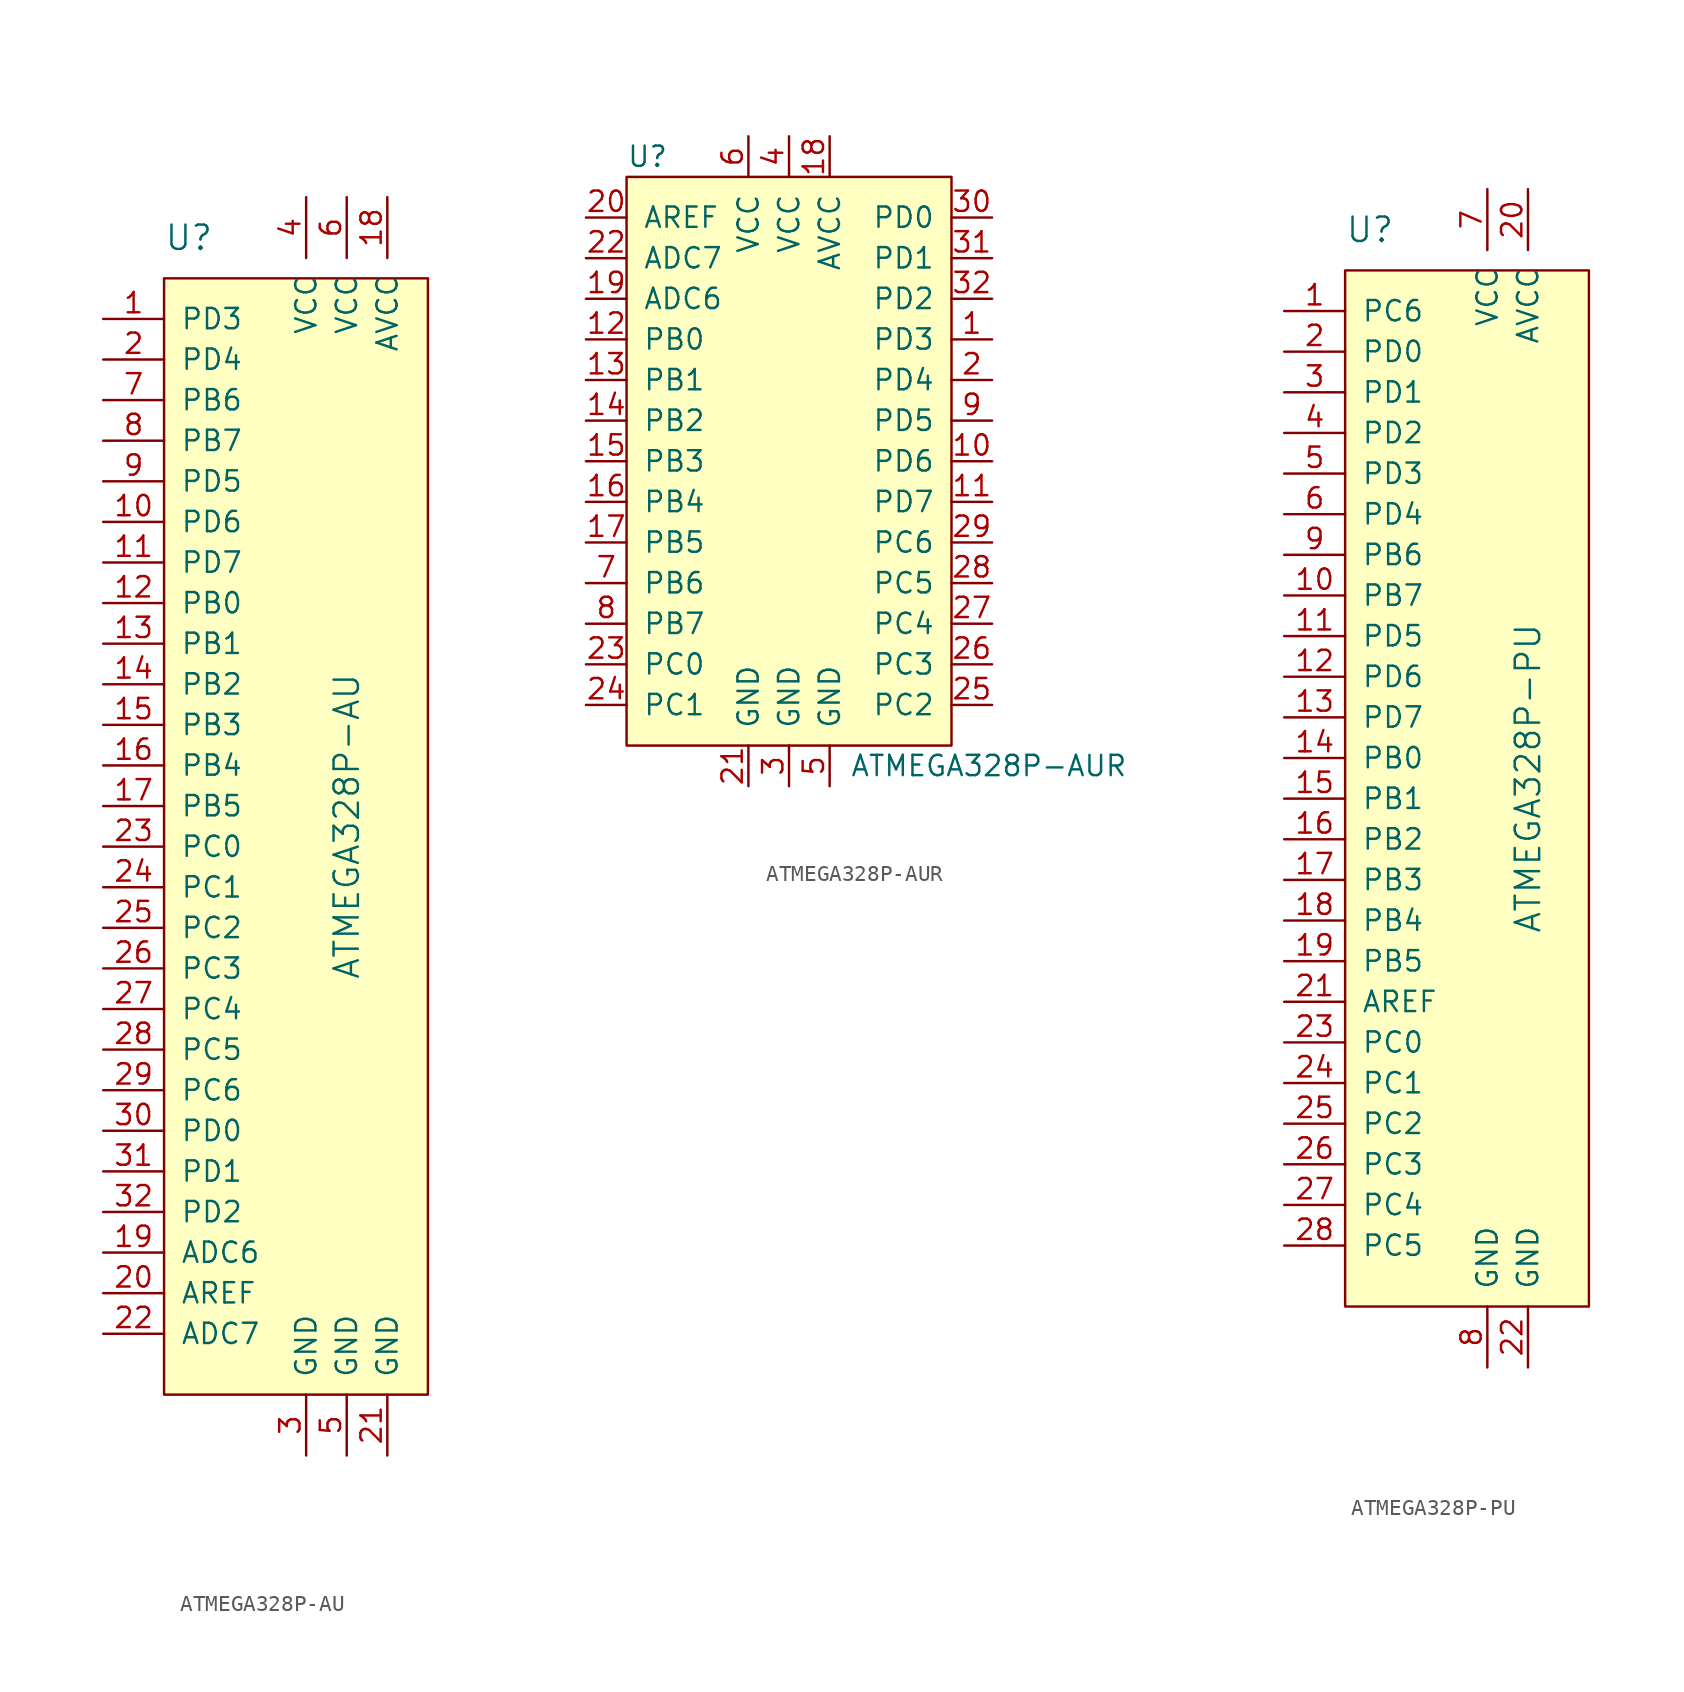
<source format=kicad_sym>
(kicad_symbol_lib
  (version 20231120)
  (generator "kicad_symbol_editor")
  (generator_version "8.0")
  (symbol "ATMEGA328P-AU"
    (pin_names
      (offset 1.016))
    (property "Reference" "U"
      (at -8.89 38.1 0)
      (effects (font (size 1.524 1.524)) (justify left)))
    (property "Value" "ATMEGA328P-AU"
      (at 2.54 1.27 90)
      (effects (font (size 1.524 1.524))))
    (symbol "ATMEGA328P-AU_0_1"
      (rectangle (start -8.89 35.56) (end 7.62 -34.29) (stroke (width 0) (type default)) (fill (type background))))
    (symbol "ATMEGA328P-AU_1_1"
      (pin bidirectional line (at -12.7 33.02 0) (length 3.81) (name "PD3" (effects (font (size 1.27 1.27)))) (number "1" (effects (font (size 1.27 1.27)))))
      (pin bidirectional line (at -12.7 20.32 0) (length 3.81) (name "PD6" (effects (font (size 1.27 1.27)))) (number "10" (effects (font (size 1.27 1.27)))))
      (pin bidirectional line (at -12.7 17.78 0) (length 3.81) (name "PD7" (effects (font (size 1.27 1.27)))) (number "11" (effects (font (size 1.27 1.27)))))
      (pin bidirectional line (at -12.7 15.24 0) (length 3.81) (name "PB0" (effects (font (size 1.27 1.27)))) (number "12" (effects (font (size 1.27 1.27)))))
      (pin bidirectional line (at -12.7 12.7 0) (length 3.81) (name "PB1" (effects (font (size 1.27 1.27)))) (number "13" (effects (font (size 1.27 1.27)))))
      (pin bidirectional line (at -12.7 10.16 0) (length 3.81) (name "PB2" (effects (font (size 1.27 1.27)))) (number "14" (effects (font (size 1.27 1.27)))))
      (pin bidirectional line (at -12.7 7.62 0) (length 3.81) (name "PB3" (effects (font (size 1.27 1.27)))) (number "15" (effects (font (size 1.27 1.27)))))
      (pin bidirectional line (at -12.7 5.08 0) (length 3.81) (name "PB4" (effects (font (size 1.27 1.27)))) (number "16" (effects (font (size 1.27 1.27)))))
      (pin bidirectional line (at -12.7 2.54 0) (length 3.81) (name "PB5" (effects (font (size 1.27 1.27)))) (number "17" (effects (font (size 1.27 1.27)))))
      (pin power_in line (at 5.08 40.64 270) (length 3.81) (name "AVCC" (effects (font (size 1.27 1.27)))) (number "18" (effects (font (size 1.27 1.27)))))
      (pin input line (at -12.7 -25.4 0) (length 3.81) (name "ADC6" (effects (font (size 1.27 1.27)))) (number "19" (effects (font (size 1.27 1.27)))))
      (pin bidirectional line (at -12.7 30.48 0) (length 3.81) (name "PD4" (effects (font (size 1.27 1.27)))) (number "2" (effects (font (size 1.27 1.27)))))
      (pin input line (at -12.7 -27.94 0) (length 3.81) (name "AREF" (effects (font (size 1.27 1.27)))) (number "20" (effects (font (size 1.27 1.27)))))
      (pin power_in line (at 5.08 -38.1 90) (length 3.81) (name "GND" (effects (font (size 1.27 1.27)))) (number "21" (effects (font (size 1.27 1.27)))))
      (pin input line (at -12.7 -30.48 0) (length 3.81) (name "ADC7" (effects (font (size 1.27 1.27)))) (number "22" (effects (font (size 1.27 1.27)))))
      (pin bidirectional line (at -12.7 0 0) (length 3.81) (name "PC0" (effects (font (size 1.27 1.27)))) (number "23" (effects (font (size 1.27 1.27)))))
      (pin bidirectional line (at -12.7 -2.54 0) (length 3.81) (name "PC1" (effects (font (size 1.27 1.27)))) (number "24" (effects (font (size 1.27 1.27)))))
      (pin bidirectional line (at -12.7 -5.08 0) (length 3.81) (name "PC2" (effects (font (size 1.27 1.27)))) (number "25" (effects (font (size 1.27 1.27)))))
      (pin bidirectional line (at -12.7 -7.62 0) (length 3.81) (name "PC3" (effects (font (size 1.27 1.27)))) (number "26" (effects (font (size 1.27 1.27)))))
      (pin bidirectional line (at -12.7 -10.16 0) (length 3.81) (name "PC4" (effects (font (size 1.27 1.27)))) (number "27" (effects (font (size 1.27 1.27)))))
      (pin bidirectional line (at -12.7 -12.7 0) (length 3.81) (name "PC5" (effects (font (size 1.27 1.27)))) (number "28" (effects (font (size 1.27 1.27)))))
      (pin bidirectional line (at -12.7 -15.24 0) (length 3.81) (name "PC6" (effects (font (size 1.27 1.27)))) (number "29" (effects (font (size 1.27 1.27)))))
      (pin power_in line (at 0 -38.1 90) (length 3.81) (name "GND" (effects (font (size 1.27 1.27)))) (number "3" (effects (font (size 1.27 1.27)))))
      (pin bidirectional line (at -12.7 -17.78 0) (length 3.81) (name "PD0" (effects (font (size 1.27 1.27)))) (number "30" (effects (font (size 1.27 1.27)))))
      (pin bidirectional line (at -12.7 -20.32 0) (length 3.81) (name "PD1" (effects (font (size 1.27 1.27)))) (number "31" (effects (font (size 1.27 1.27)))))
      (pin bidirectional line (at -12.7 -22.86 0) (length 3.81) (name "PD2" (effects (font (size 1.27 1.27)))) (number "32" (effects (font (size 1.27 1.27)))))
      (pin power_in line (at 0 40.64 270) (length 3.81) (name "VCC" (effects (font (size 1.27 1.27)))) (number "4" (effects (font (size 1.27 1.27)))))
      (pin power_in line (at 2.54 -38.1 90) (length 3.81) (name "GND" (effects (font (size 1.27 1.27)))) (number "5" (effects (font (size 1.27 1.27)))))
      (pin power_in line (at 2.54 40.64 270) (length 3.81) (name "VCC" (effects (font (size 1.27 1.27)))) (number "6" (effects (font (size 1.27 1.27)))))
      (pin bidirectional line (at -12.7 27.94 0) (length 3.81) (name "PB6" (effects (font (size 1.27 1.27)))) (number "7" (effects (font (size 1.27 1.27)))))
      (pin bidirectional line (at -12.7 25.4 0) (length 3.81) (name "PB7" (effects (font (size 1.27 1.27)))) (number "8" (effects (font (size 1.27 1.27)))))
      (pin bidirectional line (at -12.7 22.86 0) (length 3.81) (name "PD5" (effects (font (size 1.27 1.27)))) (number "9" (effects (font (size 1.27 1.27)))))))
  (symbol "ATMEGA328P-AUR"
    (pin_names
      (offset 1.016))
    (property "Reference" "U"
      (at -10.16 24.13 0)
      (effects (font (size 1.27 1.27)) (justify left)))
    (property "Value" "ATMEGA328P-AUR"
      (at 3.81 -13.97 0)
      (effects (font (size 1.27 1.27)) (justify left)))
    (symbol "ATMEGA328P-AUR_0_1"
      (rectangle (start -10.16 22.86) (end 10.16 -12.7) (stroke (width 0) (type default)) (fill (type background))))
    (symbol "ATMEGA328P-AUR_1_1"
      (pin bidirectional line (at 12.7 12.7 180) (length 2.54) (name "PD3" (effects (font (size 1.27 1.27)))) (number "1" (effects (font (size 1.27 1.27)))))
      (pin bidirectional line (at 12.7 5.08 180) (length 2.54) (name "PD6" (effects (font (size 1.27 1.27)))) (number "10" (effects (font (size 1.27 1.27)))))
      (pin bidirectional line (at 12.7 2.54 180) (length 2.54) (name "PD7" (effects (font (size 1.27 1.27)))) (number "11" (effects (font (size 1.27 1.27)))))
      (pin bidirectional line (at -12.7 12.7 0) (length 2.54) (name "PB0" (effects (font (size 1.27 1.27)))) (number "12" (effects (font (size 1.27 1.27)))))
      (pin bidirectional line (at -12.7 10.16 0) (length 2.54) (name "PB1" (effects (font (size 1.27 1.27)))) (number "13" (effects (font (size 1.27 1.27)))))
      (pin bidirectional line (at -12.7 7.62 0) (length 2.54) (name "PB2" (effects (font (size 1.27 1.27)))) (number "14" (effects (font (size 1.27 1.27)))))
      (pin bidirectional line (at -12.7 5.08 0) (length 2.54) (name "PB3" (effects (font (size 1.27 1.27)))) (number "15" (effects (font (size 1.27 1.27)))))
      (pin bidirectional line (at -12.7 2.54 0) (length 2.54) (name "PB4" (effects (font (size 1.27 1.27)))) (number "16" (effects (font (size 1.27 1.27)))))
      (pin bidirectional line (at -12.7 0 0) (length 2.54) (name "PB5" (effects (font (size 1.27 1.27)))) (number "17" (effects (font (size 1.27 1.27)))))
      (pin power_in line (at 2.54 25.4 270) (length 2.54) (name "AVCC" (effects (font (size 1.27 1.27)))) (number "18" (effects (font (size 1.27 1.27)))))
      (pin input line (at -12.7 15.24 0) (length 2.54) (name "ADC6" (effects (font (size 1.27 1.27)))) (number "19" (effects (font (size 1.27 1.27)))))
      (pin bidirectional line (at 12.7 10.16 180) (length 2.54) (name "PD4" (effects (font (size 1.27 1.27)))) (number "2" (effects (font (size 1.27 1.27)))))
      (pin input line (at -12.7 20.32 0) (length 2.54) (name "AREF" (effects (font (size 1.27 1.27)))) (number "20" (effects (font (size 1.27 1.27)))))
      (pin power_in line (at -2.54 -15.24 90) (length 2.54) (name "GND" (effects (font (size 1.27 1.27)))) (number "21" (effects (font (size 1.27 1.27)))))
      (pin input line (at -12.7 17.78 0) (length 2.54) (name "ADC7" (effects (font (size 1.27 1.27)))) (number "22" (effects (font (size 1.27 1.27)))))
      (pin bidirectional line (at -12.7 -7.62 0) (length 2.54) (name "PC0" (effects (font (size 1.27 1.27)))) (number "23" (effects (font (size 1.27 1.27)))))
      (pin bidirectional line (at -12.7 -10.16 0) (length 2.54) (name "PC1" (effects (font (size 1.27 1.27)))) (number "24" (effects (font (size 1.27 1.27)))))
      (pin bidirectional line (at 12.7 -10.16 180) (length 2.54) (name "PC2" (effects (font (size 1.27 1.27)))) (number "25" (effects (font (size 1.27 1.27)))))
      (pin bidirectional line (at 12.7 -7.62 180) (length 2.54) (name "PC3" (effects (font (size 1.27 1.27)))) (number "26" (effects (font (size 1.27 1.27)))))
      (pin bidirectional line (at 12.7 -5.08 180) (length 2.54) (name "PC4" (effects (font (size 1.27 1.27)))) (number "27" (effects (font (size 1.27 1.27)))))
      (pin bidirectional line (at 12.7 -2.54 180) (length 2.54) (name "PC5" (effects (font (size 1.27 1.27)))) (number "28" (effects (font (size 1.27 1.27)))))
      (pin bidirectional line (at 12.7 0 180) (length 2.54) (name "PC6" (effects (font (size 1.27 1.27)))) (number "29" (effects (font (size 1.27 1.27)))))
      (pin power_in line (at 0 -15.24 90) (length 2.54) (name "GND" (effects (font (size 1.27 1.27)))) (number "3" (effects (font (size 1.27 1.27)))))
      (pin bidirectional line (at 12.7 20.32 180) (length 2.54) (name "PD0" (effects (font (size 1.27 1.27)))) (number "30" (effects (font (size 1.27 1.27)))))
      (pin bidirectional line (at 12.7 17.78 180) (length 2.54) (name "PD1" (effects (font (size 1.27 1.27)))) (number "31" (effects (font (size 1.27 1.27)))))
      (pin bidirectional line (at 12.7 15.24 180) (length 2.54) (name "PD2" (effects (font (size 1.27 1.27)))) (number "32" (effects (font (size 1.27 1.27)))))
      (pin power_in line (at 0 25.4 270) (length 2.54) (name "VCC" (effects (font (size 1.27 1.27)))) (number "4" (effects (font (size 1.27 1.27)))))
      (pin power_in line (at 2.54 -15.24 90) (length 2.54) (name "GND" (effects (font (size 1.27 1.27)))) (number "5" (effects (font (size 1.27 1.27)))))
      (pin power_in line (at -2.54 25.4 270) (length 2.54) (name "VCC" (effects (font (size 1.27 1.27)))) (number "6" (effects (font (size 1.27 1.27)))))
      (pin bidirectional line (at -12.7 -2.54 0) (length 2.54) (name "PB6" (effects (font (size 1.27 1.27)))) (number "7" (effects (font (size 1.27 1.27)))))
      (pin bidirectional line (at -12.7 -5.08 0) (length 2.54) (name "PB7" (effects (font (size 1.27 1.27)))) (number "8" (effects (font (size 1.27 1.27)))))
      (pin bidirectional line (at 12.7 7.62 180) (length 2.54) (name "PD5" (effects (font (size 1.27 1.27)))) (number "9" (effects (font (size 1.27 1.27)))))))
  (symbol "ATMEGA328P-PU"
    (pin_names
      (offset 1.016))
    (property "Reference" "U"
      (at -8.89 33.02 0)
      (effects (font (size 1.524 1.524)) (justify left)))
    (property "Value" "ATMEGA328P-PU"
      (at 2.54 -1.27 90)
      (effects (font (size 1.524 1.524))))
    (symbol "ATMEGA328P-PU_0_1"
      (rectangle (start -8.89 30.48) (end 6.35 -34.29) (stroke (width 0) (type default)) (fill (type background))))
    (symbol "ATMEGA328P-PU_1_1"
      (pin bidirectional line (at -12.7 27.94 0) (length 3.81) (name "PC6" (effects (font (size 1.27 1.27)))) (number "1" (effects (font (size 1.27 1.27)))))
      (pin bidirectional line (at -12.7 10.16 0) (length 3.81) (name "PB7" (effects (font (size 1.27 1.27)))) (number "10" (effects (font (size 1.27 1.27)))))
      (pin bidirectional line (at -12.7 7.62 0) (length 3.81) (name "PD5" (effects (font (size 1.27 1.27)))) (number "11" (effects (font (size 1.27 1.27)))))
      (pin bidirectional line (at -12.7 5.08 0) (length 3.81) (name "PD6" (effects (font (size 1.27 1.27)))) (number "12" (effects (font (size 1.27 1.27)))))
      (pin bidirectional line (at -12.7 2.54 0) (length 3.81) (name "PD7" (effects (font (size 1.27 1.27)))) (number "13" (effects (font (size 1.27 1.27)))))
      (pin bidirectional line (at -12.7 0 0) (length 3.81) (name "PB0" (effects (font (size 1.27 1.27)))) (number "14" (effects (font (size 1.27 1.27)))))
      (pin bidirectional line (at -12.7 -2.54 0) (length 3.81) (name "PB1" (effects (font (size 1.27 1.27)))) (number "15" (effects (font (size 1.27 1.27)))))
      (pin bidirectional line (at -12.7 -5.08 0) (length 3.81) (name "PB2" (effects (font (size 1.27 1.27)))) (number "16" (effects (font (size 1.27 1.27)))))
      (pin bidirectional line (at -12.7 -7.62 0) (length 3.81) (name "PB3" (effects (font (size 1.27 1.27)))) (number "17" (effects (font (size 1.27 1.27)))))
      (pin bidirectional line (at -12.7 -10.16 0) (length 3.81) (name "PB4" (effects (font (size 1.27 1.27)))) (number "18" (effects (font (size 1.27 1.27)))))
      (pin bidirectional line (at -12.7 -12.7 0) (length 3.81) (name "PB5" (effects (font (size 1.27 1.27)))) (number "19" (effects (font (size 1.27 1.27)))))
      (pin bidirectional line (at -12.7 25.4 0) (length 3.81) (name "PD0" (effects (font (size 1.27 1.27)))) (number "2" (effects (font (size 1.27 1.27)))))
      (pin power_in line (at 2.54 35.56 270) (length 3.81) (name "AVCC" (effects (font (size 1.27 1.27)))) (number "20" (effects (font (size 1.27 1.27)))))
      (pin input line (at -12.7 -15.24 0) (length 3.81) (name "AREF" (effects (font (size 1.27 1.27)))) (number "21" (effects (font (size 1.27 1.27)))))
      (pin power_in line (at 2.54 -38.1 90) (length 3.81) (name "GND" (effects (font (size 1.27 1.27)))) (number "22" (effects (font (size 1.27 1.27)))))
      (pin bidirectional line (at -12.7 -17.78 0) (length 3.81) (name "PC0" (effects (font (size 1.27 1.27)))) (number "23" (effects (font (size 1.27 1.27)))))
      (pin bidirectional line (at -12.7 -20.32 0) (length 3.81) (name "PC1" (effects (font (size 1.27 1.27)))) (number "24" (effects (font (size 1.27 1.27)))))
      (pin bidirectional line (at -12.7 -22.86 0) (length 3.81) (name "PC2" (effects (font (size 1.27 1.27)))) (number "25" (effects (font (size 1.27 1.27)))))
      (pin bidirectional line (at -12.7 -25.4 0) (length 3.81) (name "PC3" (effects (font (size 1.27 1.27)))) (number "26" (effects (font (size 1.27 1.27)))))
      (pin bidirectional line (at -12.7 -27.94 0) (length 3.81) (name "PC4" (effects (font (size 1.27 1.27)))) (number "27" (effects (font (size 1.27 1.27)))))
      (pin bidirectional line (at -12.7 -30.48 0) (length 3.81) (name "PC5" (effects (font (size 1.27 1.27)))) (number "28" (effects (font (size 1.27 1.27)))))
      (pin bidirectional line (at -12.7 22.86 0) (length 3.81) (name "PD1" (effects (font (size 1.27 1.27)))) (number "3" (effects (font (size 1.27 1.27)))))
      (pin bidirectional line (at -12.7 20.32 0) (length 3.81) (name "PD2" (effects (font (size 1.27 1.27)))) (number "4" (effects (font (size 1.27 1.27)))))
      (pin bidirectional line (at -12.7 17.78 0) (length 3.81) (name "PD3" (effects (font (size 1.27 1.27)))) (number "5" (effects (font (size 1.27 1.27)))))
      (pin bidirectional line (at -12.7 15.24 0) (length 3.81) (name "PD4" (effects (font (size 1.27 1.27)))) (number "6" (effects (font (size 1.27 1.27)))))
      (pin power_in line (at 0 35.56 270) (length 3.81) (name "VCC" (effects (font (size 1.27 1.27)))) (number "7" (effects (font (size 1.27 1.27)))))
      (pin power_in line (at 0 -38.1 90) (length 3.81) (name "GND" (effects (font (size 1.27 1.27)))) (number "8" (effects (font (size 1.27 1.27)))))
      (pin bidirectional line (at -12.7 12.7 0) (length 3.81) (name "PB6" (effects (font (size 1.27 1.27)))) (number "9" (effects (font (size 1.27 1.27))))))))
</source>
